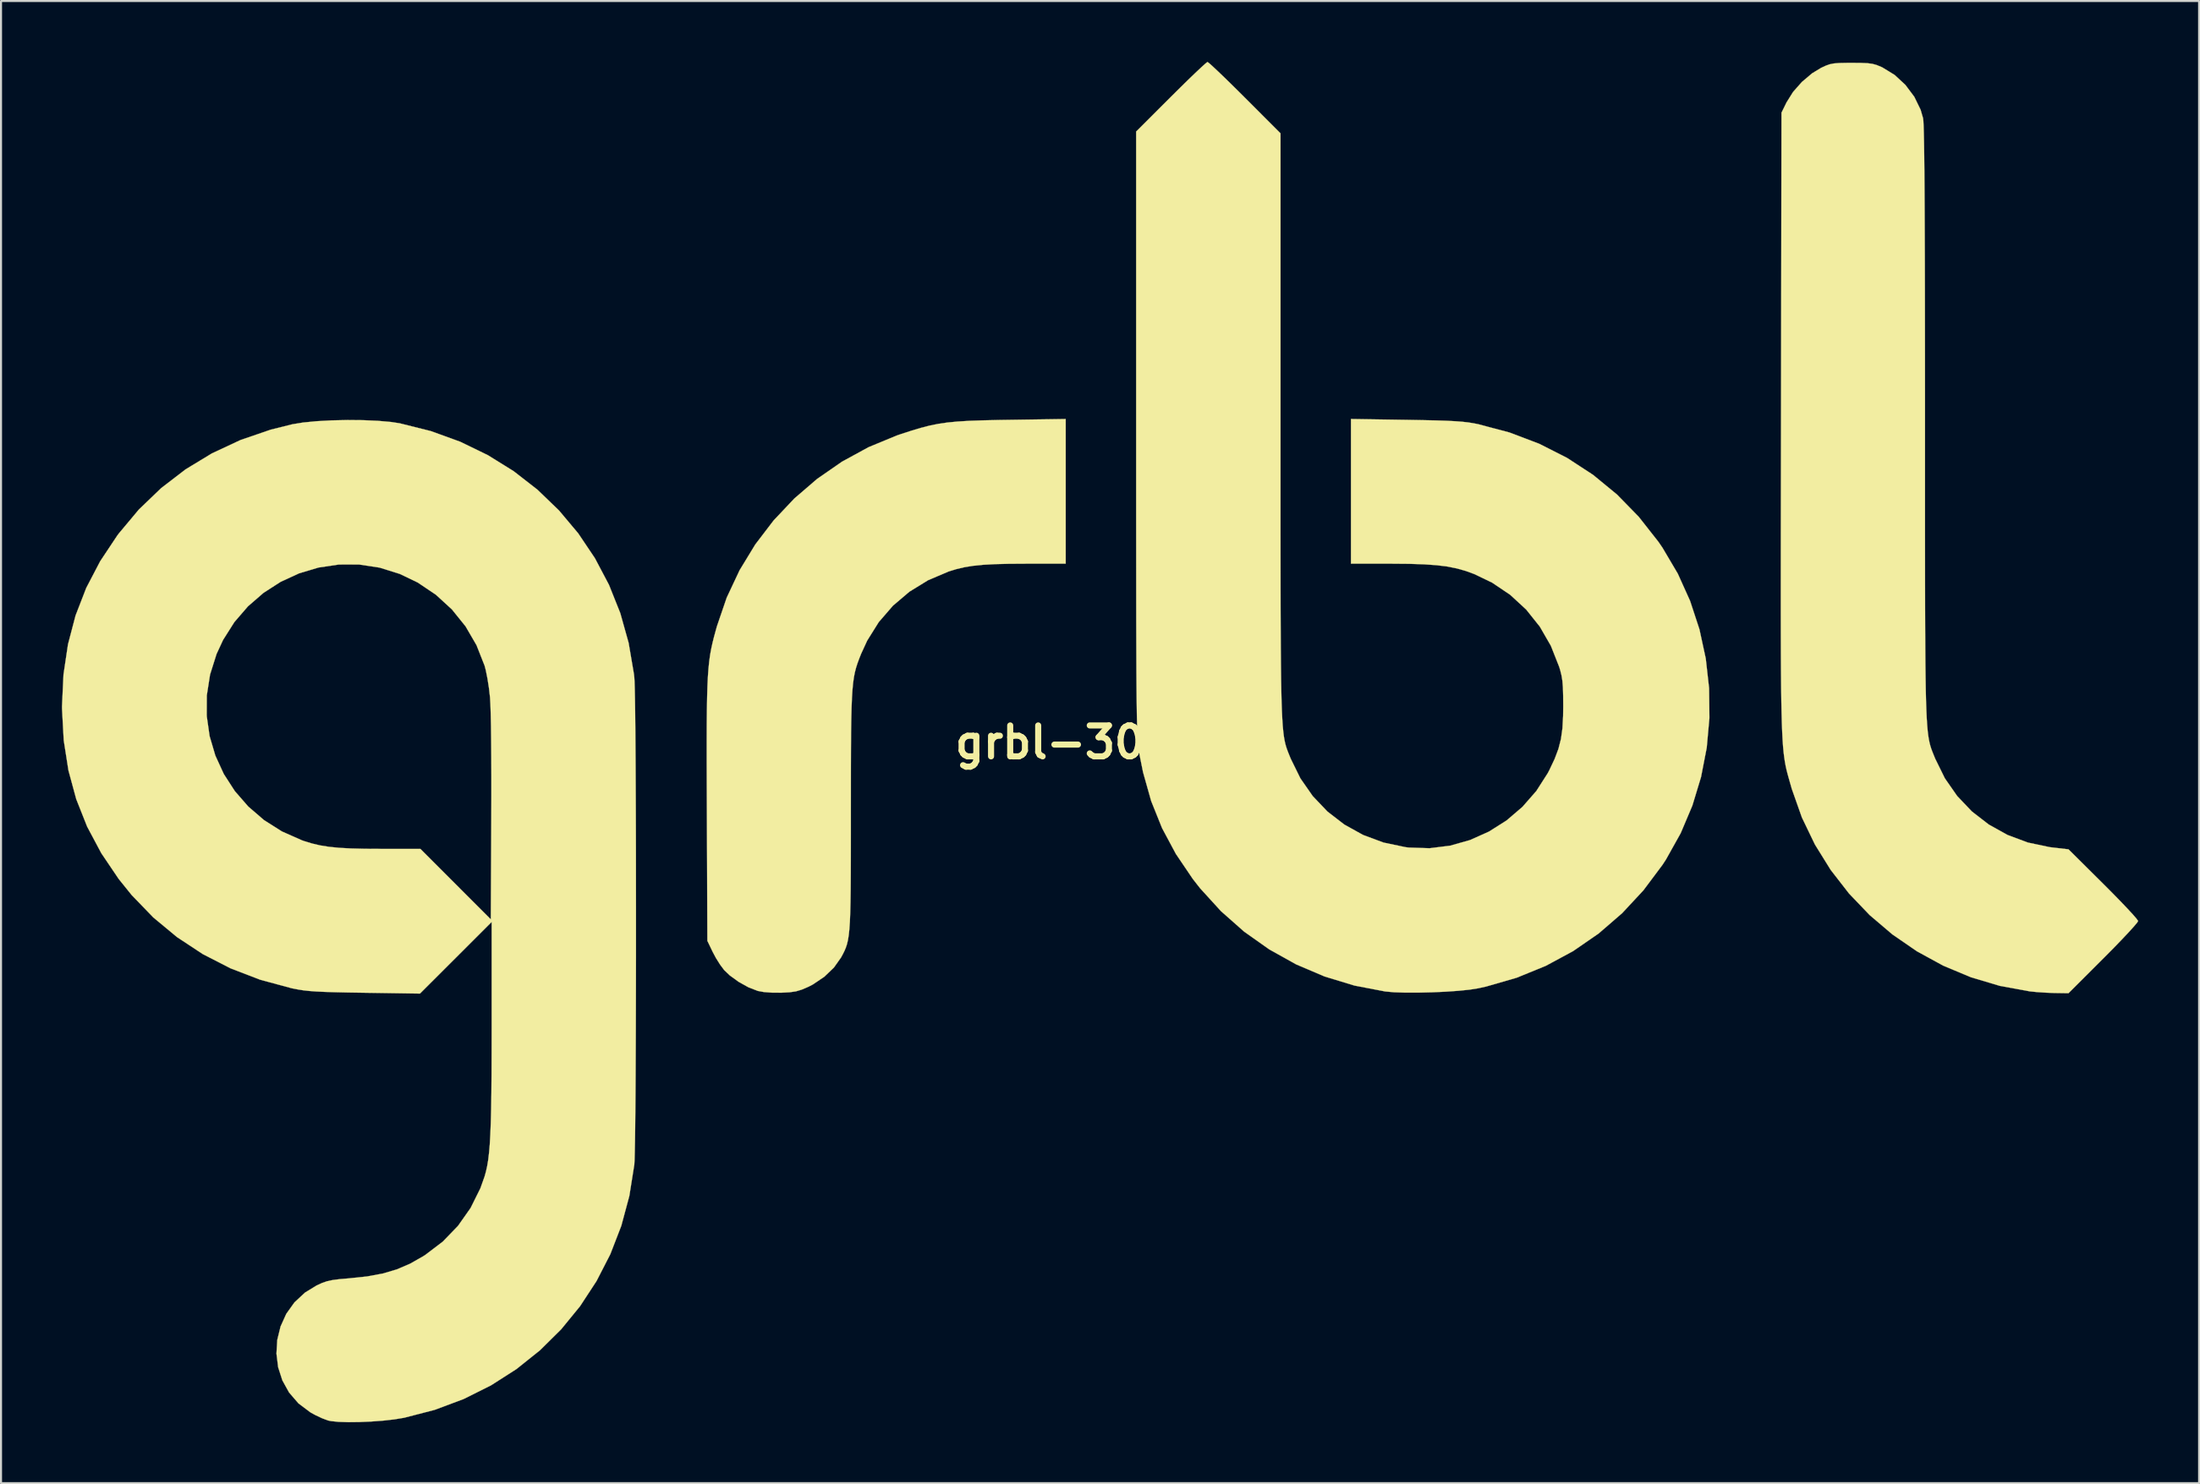
<source format=kicad_pcb>
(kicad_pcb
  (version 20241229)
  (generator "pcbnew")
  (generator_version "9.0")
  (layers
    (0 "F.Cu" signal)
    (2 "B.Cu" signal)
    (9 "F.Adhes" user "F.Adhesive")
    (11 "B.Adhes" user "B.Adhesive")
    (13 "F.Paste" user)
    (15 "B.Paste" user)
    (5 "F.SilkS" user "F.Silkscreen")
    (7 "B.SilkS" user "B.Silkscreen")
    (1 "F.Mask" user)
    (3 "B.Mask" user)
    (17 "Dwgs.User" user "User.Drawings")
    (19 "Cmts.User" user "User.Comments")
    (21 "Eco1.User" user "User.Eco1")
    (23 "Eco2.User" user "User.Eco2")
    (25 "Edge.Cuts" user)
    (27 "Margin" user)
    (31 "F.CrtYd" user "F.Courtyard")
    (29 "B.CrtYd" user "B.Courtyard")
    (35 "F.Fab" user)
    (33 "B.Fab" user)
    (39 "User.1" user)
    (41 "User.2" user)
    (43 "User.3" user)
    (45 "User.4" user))
  (footprint "grbl-300dpi"
    (layer "F.Cu")
    (at 51.144 33.533)
    (property "Reference" "grbl-300dpi" (at 0 0 0) (layer "F.SilkS") (effects (font (size 1.524 1.524) (thickness 0.3))))
    (attr through_hole)
    (fp_poly (pts (xy -1.693 -8.805) (xy -3.635 -8.805) (xy -4.477 -8.8) (xy -5.177 -8.783) (xy -5.761 -8.751) (xy -6.255 -8.701) (xy -6.685 -8.631) (xy -7.079 -8.538) (xy -7.461 -8.421) (xy -8.474 -7.99) (xy -9.393 -7.425) (xy -10.205 -6.734) (xy -10.902 -5.928) (xy -11.472 -5.016) (xy -11.776 -4.355) (xy -11.869 -4.119) (xy -11.95 -3.9) (xy -12.019 -3.685) (xy -12.078 -3.458) (xy -12.127 -3.208) (xy -12.167 -2.92) (xy -12.199 -2.582) (xy -12.224 -2.18) (xy -12.243 -1.701) (xy -12.257 -1.13) (xy -12.267 -0.456) (xy -12.272 0.336) (xy -12.275 1.26) (xy -12.276 2.327) (xy -12.277 3.376) (xy -12.277 4.563) (xy -12.278 5.592) (xy -12.281 6.478) (xy -12.286 7.234) (xy -12.295 7.872) (xy -12.308 8.405) (xy -12.326 8.845) (xy -12.351 9.207) (xy -12.382 9.502) (xy -12.421 9.745) (xy -12.468 9.946) (xy -12.526 10.12) (xy -12.593 10.279) (xy -12.672 10.437) (xy -12.76 10.6) (xy -13.111 11.096) (xy -13.588 11.552) (xy -14.15 11.931) (xy -14.374 12.046) (xy -14.696 12.184) (xy -14.979 12.269) (xy -15.292 12.314) (xy -15.706 12.336) (xy -16.154 12.334) (xy -16.561 12.303) (xy -16.862 12.248) (xy -17.324 12.069) (xy -17.809 11.798) (xy -18.247 11.48) (xy -18.52 11.218) (xy -18.715 10.958) (xy -18.926 10.622) (xy -19.082 10.329) (xy -19.346 9.779) (xy -19.37 3.344) (xy -19.375 2.07) (xy -19.378 0.952) (xy -19.378 -0.024) (xy -19.376 -0.871) (xy -19.369 -1.602) (xy -19.358 -2.23) (xy -19.342 -2.77) (xy -19.32 -3.235) (xy -19.291 -3.637) (xy -19.255 -3.991) (xy -19.211 -4.31) (xy -19.157 -4.607) (xy -19.094 -4.896) (xy -19.021 -5.19) (xy -18.936 -5.502) (xy -18.876 -5.718) (xy -18.392 -7.134) (xy -17.758 -8.483) (xy -16.986 -9.752) (xy -16.085 -10.933) (xy -15.065 -12.014) (xy -13.938 -12.984) (xy -12.712 -13.833) (xy -11.398 -14.55) (xy -10.006 -15.125) (xy -9.809 -15.192) (xy -9.289 -15.361) (xy -8.827 -15.499) (xy -8.397 -15.61) (xy -7.972 -15.696) (xy -7.526 -15.761) (xy -7.031 -15.809) (xy -6.462 -15.844) (xy -5.793 -15.868) (xy -4.995 -15.886) (xy -4.466 -15.894) (xy -1.693 -15.934) (xy -1.693 -8.805)) (stroke (width 0.01) (type solid)) (fill yes) (layer "F.SilkS"))
    (fp_poly (pts (xy 37.488 -33.482) (xy 37.81 -33.468) (xy 38.052 -33.436) (xy 38.257 -33.379) (xy 38.471 -33.292) (xy 38.545 -33.257) (xy 39.144 -32.89) (xy 39.676 -32.397) (xy 40.112 -31.814) (xy 40.424 -31.174) (xy 40.546 -30.751) (xy 40.559 -30.628) (xy 40.571 -30.386) (xy 40.582 -30.022) (xy 40.592 -29.533) (xy 40.601 -28.914) (xy 40.609 -28.162) (xy 40.616 -27.272) (xy 40.622 -26.242) (xy 40.627 -25.068) (xy 40.632 -23.745) (xy 40.635 -22.269) (xy 40.637 -20.638) (xy 40.639 -18.847) (xy 40.64 -16.893) (xy 40.64 -15.709) (xy 40.64 -13.825) (xy 40.64 -12.103) (xy 40.64 -10.534) (xy 40.641 -9.112) (xy 40.642 -7.827) (xy 40.644 -6.673) (xy 40.648 -5.641) (xy 40.653 -4.723) (xy 40.659 -3.913) (xy 40.668 -3.201) (xy 40.678 -2.581) (xy 40.691 -2.044) (xy 40.707 -1.583) (xy 40.725 -1.189) (xy 40.747 -0.855) (xy 40.771 -0.574) (xy 40.8 -0.336) (xy 40.832 -0.135) (xy 40.868 0.037) (xy 40.908 0.188) (xy 40.953 0.327) (xy 41.003 0.46) (xy 41.058 0.596) (xy 41.117 0.742) (xy 41.14 0.799) (xy 41.618 1.771) (xy 42.226 2.644) (xy 42.951 3.406) (xy 43.782 4.049) (xy 44.704 4.562) (xy 45.705 4.936) (xy 46.773 5.161) (xy 46.905 5.178) (xy 47.71 5.271) (xy 49.424 6.974) (xy 49.866 7.417) (xy 50.265 7.826) (xy 50.607 8.185) (xy 50.877 8.477) (xy 51.058 8.687) (xy 51.137 8.797) (xy 51.139 8.805) (xy 51.081 8.896) (xy 50.917 9.089) (xy 50.663 9.369) (xy 50.334 9.718) (xy 49.945 10.121) (xy 49.511 10.56) (xy 49.423 10.648) (xy 47.708 12.361) (xy 47.032 12.351) (xy 46.611 12.335) (xy 46.167 12.306) (xy 45.805 12.27) (xy 44.329 12) (xy 42.903 11.575) (xy 41.538 11.004) (xy 40.245 10.297) (xy 39.033 9.463) (xy 37.914 8.511) (xy 36.898 7.449) (xy 35.996 6.288) (xy 35.218 5.035) (xy 34.576 3.702) (xy 34.079 2.295) (xy 34.041 2.162) (xy 33.978 1.942) (xy 33.921 1.741) (xy 33.869 1.551) (xy 33.821 1.365) (xy 33.778 1.173) (xy 33.74 0.969) (xy 33.706 0.745) (xy 33.675 0.493) (xy 33.648 0.205) (xy 33.625 -0.127) (xy 33.605 -0.511) (xy 33.588 -0.954) (xy 33.574 -1.464) (xy 33.562 -2.05) (xy 33.553 -2.718) (xy 33.546 -3.477) (xy 33.541 -4.335) (xy 33.538 -5.299) (xy 33.536 -6.377) (xy 33.536 -7.578) (xy 33.537 -8.908) (xy 33.538 -10.377) (xy 33.541 -11.991) (xy 33.544 -13.758) (xy 33.547 -15.686) (xy 33.547 -15.748) (xy 33.57 -31.03) (xy 33.819 -31.538) (xy 34.139 -32.05) (xy 34.574 -32.543) (xy 35.073 -32.966) (xy 35.518 -33.237) (xy 35.747 -33.344) (xy 35.945 -33.415) (xy 36.157 -33.457) (xy 36.427 -33.478) (xy 36.8 -33.485) (xy 37.042 -33.486) (xy 37.488 -33.482)) (stroke (width 0.01) (type solid)) (fill yes) (layer "F.SilkS"))
    (fp_poly (pts (xy 5.372 -33.47) (xy 5.555 -33.307) (xy 5.825 -33.053) (xy 6.168 -32.724) (xy 6.567 -32.333) (xy 7.007 -31.897) (xy 7.134 -31.77) (xy 8.89 -30.013) (xy 8.89 -15.564) (xy 8.89 -13.69) (xy 8.89 -11.977) (xy 8.89 -10.418) (xy 8.891 -9.004) (xy 8.892 -7.728) (xy 8.894 -6.583) (xy 8.898 -5.559) (xy 8.903 -4.65) (xy 8.91 -3.847) (xy 8.918 -3.143) (xy 8.929 -2.53) (xy 8.942 -2) (xy 8.958 -1.544) (xy 8.977 -1.156) (xy 8.998 -0.827) (xy 9.024 -0.549) (xy 9.052 -0.316) (xy 9.085 -0.117) (xy 9.122 0.053) (xy 9.163 0.203) (xy 9.209 0.341) (xy 9.259 0.475) (xy 9.314 0.612) (xy 9.375 0.761) (xy 9.39 0.799) (xy 9.869 1.774) (xy 10.477 2.647) (xy 11.202 3.409) (xy 12.033 4.05) (xy 12.957 4.563) (xy 13.964 4.937) (xy 15.04 5.163) (xy 15.208 5.184) (xy 16.233 5.217) (xy 17.245 5.091) (xy 18.226 4.814) (xy 19.158 4.397) (xy 20.025 3.849) (xy 20.808 3.179) (xy 21.491 2.398) (xy 22.057 1.515) (xy 22.142 1.351) (xy 22.397 0.81) (xy 22.581 0.321) (xy 22.705 -0.164) (xy 22.779 -0.692) (xy 22.812 -1.309) (xy 22.818 -1.778) (xy 22.814 -2.311) (xy 22.802 -2.715) (xy 22.777 -3.029) (xy 22.734 -3.296) (xy 22.67 -3.554) (xy 22.619 -3.722) (xy 22.209 -4.759) (xy 21.664 -5.704) (xy 20.994 -6.544) (xy 20.207 -7.27) (xy 19.315 -7.871) (xy 18.436 -8.294) (xy 18.009 -8.45) (xy 17.575 -8.572) (xy 17.107 -8.665) (xy 16.579 -8.731) (xy 15.963 -8.774) (xy 15.232 -8.798) (xy 14.36 -8.805) (xy 14.34 -8.805) (xy 12.361 -8.805) (xy 12.361 -15.935) (xy 15.092 -15.893) (xy 15.888 -15.879) (xy 16.537 -15.865) (xy 17.063 -15.848) (xy 17.49 -15.826) (xy 17.839 -15.8) (xy 18.134 -15.767) (xy 18.397 -15.725) (xy 18.627 -15.68) (xy 20.173 -15.269) (xy 21.636 -14.714) (xy 23.008 -14.018) (xy 24.287 -13.183) (xy 25.465 -12.215) (xy 26.539 -11.115) (xy 27.504 -9.887) (xy 27.706 -9.593) (xy 28.461 -8.315) (xy 29.068 -6.969) (xy 29.528 -5.57) (xy 29.839 -4.133) (xy 30.003 -2.672) (xy 30.019 -1.202) (xy 29.887 0.262) (xy 29.607 1.706) (xy 29.18 3.114) (xy 28.605 4.473) (xy 27.882 5.767) (xy 27.706 6.037) (xy 26.768 7.29) (xy 25.718 8.419) (xy 24.561 9.419) (xy 23.306 10.285) (xy 21.959 11.012) (xy 20.527 11.597) (xy 19.017 12.033) (xy 18.627 12.119) (xy 18.205 12.186) (xy 17.656 12.242) (xy 17.023 12.286) (xy 16.348 12.316) (xy 15.672 12.332) (xy 15.037 12.332) (xy 14.486 12.314) (xy 14.06 12.276) (xy 14.055 12.276) (xy 12.53 11.984) (xy 11.061 11.537) (xy 9.659 10.94) (xy 8.334 10.201) (xy 7.097 9.326) (xy 5.958 8.319) (xy 4.928 7.189) (xy 4.57 6.731) (xy 3.735 5.497) (xy 3.054 4.224) (xy 2.518 2.89) (xy 2.118 1.471) (xy 1.944 0.605) (xy 1.923 0.481) (xy 1.904 0.354) (xy 1.887 0.216) (xy 1.871 0.06) (xy 1.857 -0.123) (xy 1.845 -0.339) (xy 1.834 -0.598) (xy 1.824 -0.907) (xy 1.815 -1.273) (xy 1.808 -1.705) (xy 1.801 -2.21) (xy 1.796 -2.797) (xy 1.791 -3.473) (xy 1.788 -4.246) (xy 1.785 -5.124) (xy 1.782 -6.115) (xy 1.781 -7.227) (xy 1.78 -8.467) (xy 1.779 -9.843) (xy 1.778 -11.364) (xy 1.778 -13.037) (xy 1.778 -14.87) (xy 1.778 -15.228) (xy 1.778 -30.101) (xy 3.493 -31.814) (xy 3.937 -32.254) (xy 4.343 -32.653) (xy 4.697 -32.994) (xy 4.983 -33.263) (xy 5.185 -33.446) (xy 5.286 -33.526) (xy 5.293 -33.528) (xy 5.372 -33.47)) (stroke (width 0.01) (type solid)) (fill yes) (layer "F.SilkS"))
    (fp_poly (pts (xy -36.305 -15.877) (xy -35.575 -15.845) (xy -34.935 -15.789) (xy -34.502 -15.723) (xy -32.971 -15.34) (xy -31.52 -14.814) (xy -30.156 -14.151) (xy -28.885 -13.361) (xy -27.716 -12.451) (xy -26.655 -11.428) (xy -25.709 -10.301) (xy -24.886 -9.076) (xy -24.193 -7.763) (xy -23.636 -6.369) (xy -23.225 -4.901) (xy -22.964 -3.368) (xy -22.946 -3.203) (xy -22.934 -3.004) (xy -22.923 -2.647) (xy -22.913 -2.146) (xy -22.904 -1.514) (xy -22.896 -0.761) (xy -22.889 0.098) (xy -22.882 1.052) (xy -22.877 2.088) (xy -22.872 3.193) (xy -22.868 4.356) (xy -22.865 5.564) (xy -22.864 6.803) (xy -22.863 8.063) (xy -22.863 9.329) (xy -22.863 10.591) (xy -22.865 11.835) (xy -22.868 13.049) (xy -22.871 14.22) (xy -22.876 15.337) (xy -22.881 16.385) (xy -22.887 17.354) (xy -22.895 18.231) (xy -22.903 19.003) (xy -22.912 19.657) (xy -22.922 20.181) (xy -22.932 20.564) (xy -22.944 20.791) (xy -22.946 20.814) (xy -23.19 22.35) (xy -23.586 23.823) (xy -24.128 25.225) (xy -24.808 26.548) (xy -25.617 27.784) (xy -26.549 28.924) (xy -27.596 29.96) (xy -28.751 30.883) (xy -30.004 31.685) (xy -31.35 32.358) (xy -32.781 32.893) (xy -34.288 33.283) (xy -34.29 33.283) (xy -34.76 33.361) (xy -35.308 33.423) (xy -35.894 33.467) (xy -36.483 33.493) (xy -37.037 33.499) (xy -37.518 33.484) (xy -37.889 33.446) (xy -38.029 33.417) (xy -38.32 33.309) (xy -38.665 33.147) (xy -38.906 33.014) (xy -39.492 32.572) (xy -39.951 32.04) (xy -40.283 31.44) (xy -40.491 30.794) (xy -40.574 30.121) (xy -40.534 29.444) (xy -40.372 28.783) (xy -40.09 28.16) (xy -39.687 27.596) (xy -39.166 27.112) (xy -38.599 26.765) (xy -38.334 26.643) (xy -38.089 26.557) (xy -37.818 26.498) (xy -37.472 26.453) (xy -37.016 26.414) (xy -36.113 26.319) (xy -35.335 26.175) (xy -34.642 25.97) (xy -33.994 25.692) (xy -33.351 25.327) (xy -33.247 25.261) (xy -32.379 24.601) (xy -31.63 23.825) (xy -31.01 22.944) (xy -30.528 21.974) (xy -30.322 21.395) (xy -30.254 21.151) (xy -30.195 20.885) (xy -30.144 20.582) (xy -30.102 20.229) (xy -30.066 19.814) (xy -30.038 19.323) (xy -30.015 18.743) (xy -29.998 18.06) (xy -29.986 17.262) (xy -29.978 16.335) (xy -29.974 15.267) (xy -29.972 14.043) (xy -29.972 13.928) (xy -29.972 8.849) (xy -31.738 10.614) (xy -33.505 12.379) (xy -36.247 12.338) (xy -37.031 12.326) (xy -37.669 12.312) (xy -38.185 12.296) (xy -38.602 12.277) (xy -38.943 12.252) (xy -39.231 12.221) (xy -39.491 12.181) (xy -39.746 12.132) (xy -39.836 12.113) (xy -41.381 11.695) (xy -42.839 11.134) (xy -44.205 10.433) (xy -45.475 9.595) (xy -46.645 8.624) (xy -47.709 7.522) (xy -48.346 6.731) (xy -49.203 5.462) (xy -49.9 4.154) (xy -50.438 2.797) (xy -50.822 1.382) (xy -51.054 -0.101) (xy -51.119 -1.301) (xy -44.01 -1.301) (xy -43.868 -0.307) (xy -43.585 0.652) (xy -43.169 1.559) (xy -42.625 2.402) (xy -41.962 3.164) (xy -41.186 3.832) (xy -40.303 4.391) (xy -39.321 4.826) (xy -39.211 4.865) (xy -38.825 4.983) (xy -38.429 5.076) (xy -37.994 5.146) (xy -37.496 5.196) (xy -36.907 5.228) (xy -36.201 5.245) (xy -35.405 5.249) (xy -33.484 5.249) (xy -30.014 8.722) (xy -29.99 3.747) (xy -29.987 2.68) (xy -29.987 1.675) (xy -29.99 0.748) (xy -29.997 -0.087) (xy -30.006 -0.813) (xy -30.019 -1.416) (xy -30.034 -1.881) (xy -30.052 -2.194) (xy -30.053 -2.213) (xy -30.106 -2.677) (xy -30.18 -3.148) (xy -30.263 -3.561) (xy -30.32 -3.779) (xy -30.719 -4.79) (xy -31.259 -5.718) (xy -31.93 -6.551) (xy -32.719 -7.274) (xy -33.613 -7.876) (xy -34.493 -8.299) (xy -35.49 -8.611) (xy -36.501 -8.764) (xy -37.51 -8.763) (xy -38.501 -8.616) (xy -39.46 -8.33) (xy -40.369 -7.911) (xy -41.214 -7.367) (xy -41.978 -6.704) (xy -42.647 -5.929) (xy -43.204 -5.049) (xy -43.526 -4.355) (xy -43.846 -3.34) (xy -44.006 -2.317) (xy -44.01 -1.301) (xy -51.119 -1.301) (xy -51.138 -1.661) (xy -51.139 -1.778) (xy -51.066 -3.344) (xy -50.844 -4.832) (xy -50.471 -6.253) (xy -49.944 -7.613) (xy -49.259 -8.925) (xy -48.414 -10.196) (xy -48.346 -10.287) (xy -47.353 -11.474) (xy -46.252 -12.532) (xy -45.048 -13.456) (xy -43.745 -14.246) (xy -42.348 -14.898) (xy -40.859 -15.409) (xy -39.793 -15.675) (xy -39.259 -15.762) (xy -38.601 -15.826) (xy -37.86 -15.867) (xy -37.081 -15.884) (xy -36.305 -15.877)) (stroke (width 0.01) (type solid)) (fill yes) (layer "F.SilkS")))
  (gr_rect
    (start -3 -3)
    (end 105.287 70.037)
    (stroke (width 0.1) (type default))
    (fill no)
    (layer "Edge.Cuts")))
</source>
